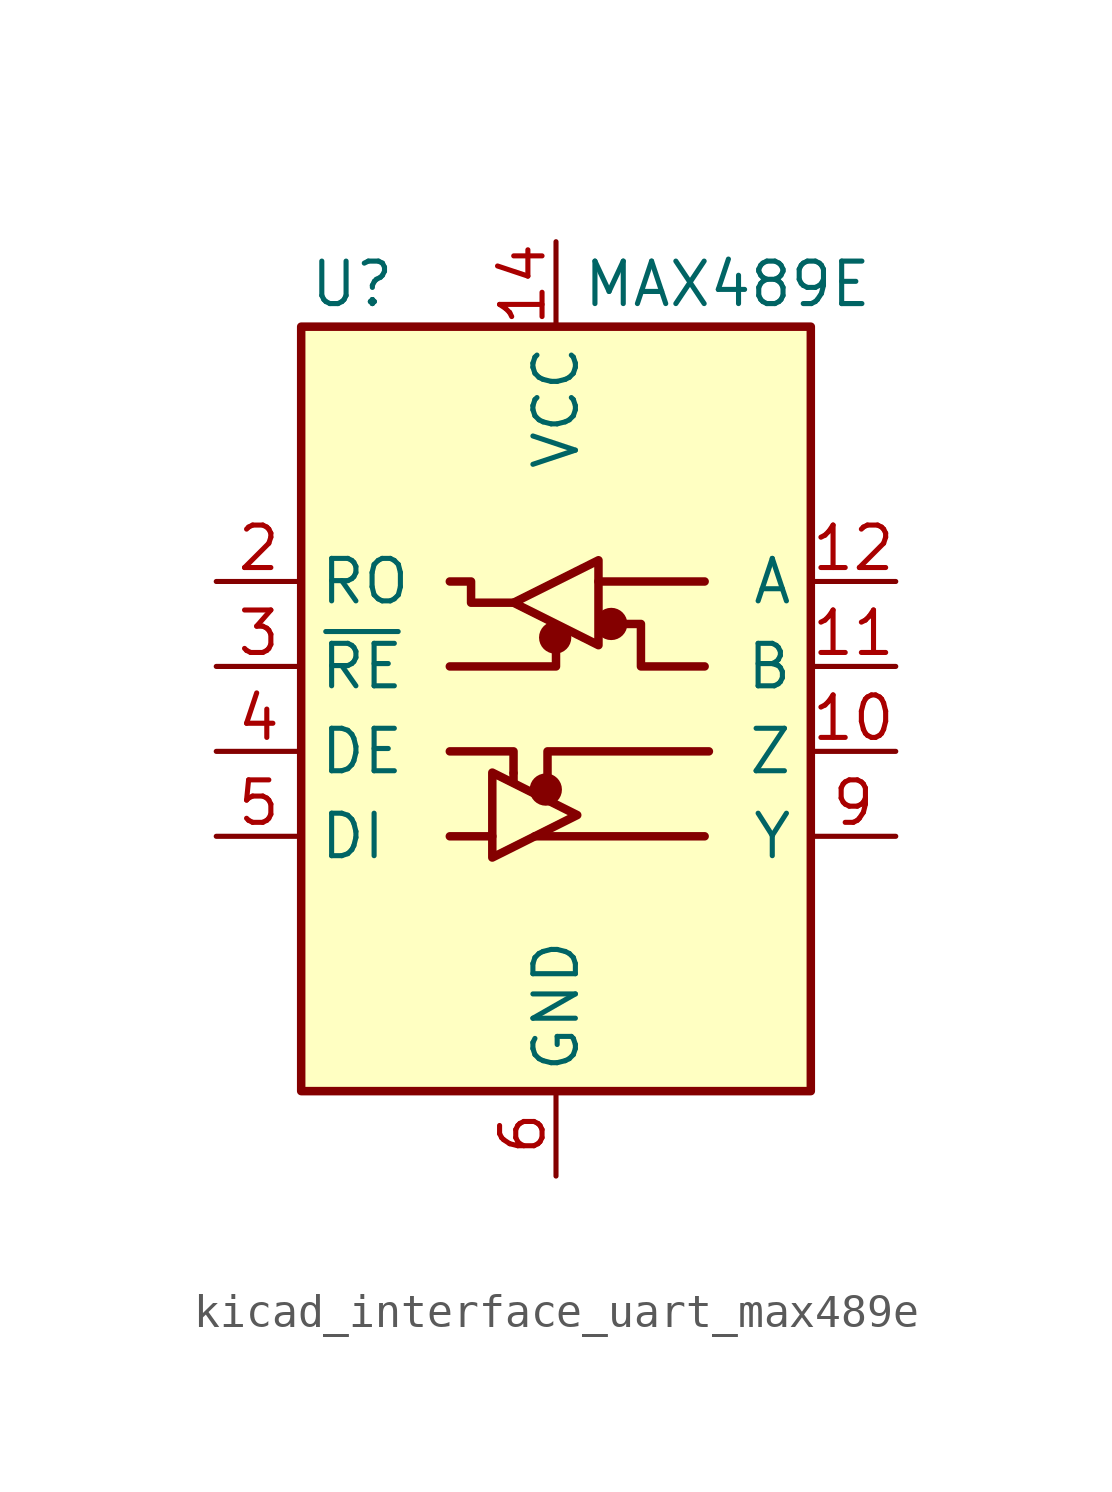
<source format=kicad_sym>
(kicad_symbol_lib
  (version 20220914)
  (generator kicad_symbol_editor)
  (symbol "kicad_interface_uart_max489e"
    (property "Reference" "U"
      (at -6.096 11.43 0)
      (effects (font (size 1.27 1.27))))
    (property "Value" "MAX489E"
      (at 0.762 11.43 0)
      (effects (font (size 1.27 1.27)) (justify left)))
    (symbol "kicad_interface_uart_max489e_0_1"
      (rectangle (start -7.62 10.16) (end 7.62 -12.7) (stroke (width 0.254) (type default)) (fill (type background)))
      (circle (center -0.305 -3.683) (radius 0.356) (stroke (width 0.254) (type default)) (fill (type outline)))
      (circle (center -0.025 0.864) (radius 0.356) (stroke (width 0.254) (type default)) (fill (type outline)))
      (polyline (pts (xy -3.175 -5.08) (xy -1.905 -5.08)) (stroke (width 0.254) (type default)) (fill (type none)))
      (polyline (pts (xy -1.27 -3.2) (xy -1.27 -3.454)) (stroke (width 0.254) (type default)) (fill (type none)))
      (polyline (pts (xy -0.635 -5.08) (xy 4.445 -5.08)) (stroke (width 0.254) (type default)) (fill (type none)))
      (polyline (pts (xy 1.27 2.54) (xy 4.445 2.54)) (stroke (width 0.254) (type default)) (fill (type none)))
      (polyline (pts (xy -3.175 -2.54) (xy -1.27 -2.54) (xy -1.27 -3.175)) (stroke (width 0.254) (type default)) (fill (type none)))
      (polyline (pts (xy -0.254 -3.556) (xy -0.254 -2.54) (xy 4.572 -2.54)) (stroke (width 0.254) (type default)) (fill (type none)))
      (polyline (pts (xy 0 0.635) (xy 0 0) (xy -3.175 0)) (stroke (width 0.254) (type default)) (fill (type none)))
      (polyline (pts (xy -1.905 -3.175) (xy -1.905 -5.715) (xy 0.635 -4.445) (xy -1.905 -3.175)) (stroke (width 0.254) (type default)) (fill (type none)))
      (polyline (pts (xy -1.27 1.905) (xy -2.54 1.905) (xy -2.54 2.54) (xy -3.175 2.54)) (stroke (width 0.254) (type default)) (fill (type none)))
      (polyline (pts (xy -1.27 1.905) (xy 1.27 3.175) (xy 1.27 0.635) (xy -1.27 1.905)) (stroke (width 0.254) (type default)) (fill (type none)))
      (polyline (pts (xy 1.905 1.27) (xy 2.54 1.27) (xy 2.54 0) (xy 4.445 0)) (stroke (width 0.254) (type default)) (fill (type none)))
      (circle (center 1.651 1.27) (radius 0.356) (stroke (width 0.254) (type default)) (fill (type outline))))
    (symbol "kicad_interface_uart_max489e_1_1"
      (pin no_connect line (at -7.62 7.62 0) (length 2.54) hide (name "NC" (effects (font (size 1.27 1.27)))) (number "1" (effects (font (size 1.27 1.27)))))
      (pin output line (at 10.16 -2.54 180) (length 2.54) (name "Z" (effects (font (size 1.27 1.27)))) (number "10" (effects (font (size 1.27 1.27)))))
      (pin input line (at 10.16 0 180) (length 2.54) (name "B" (effects (font (size 1.27 1.27)))) (number "11" (effects (font (size 1.27 1.27)))))
      (pin input line (at 10.16 2.54 180) (length 2.54) (name "A" (effects (font (size 1.27 1.27)))) (number "12" (effects (font (size 1.27 1.27)))))
      (pin no_connect line (at 7.62 7.62 180) (length 2.54) hide (name "NC" (effects (font (size 1.27 1.27)))) (number "13" (effects (font (size 1.27 1.27)))))
      (pin power_in line (at 0 12.7 270) (length 2.54) (name "VCC" (effects (font (size 1.27 1.27)))) (number "14" (effects (font (size 1.27 1.27)))))
      (pin output line (at -10.16 2.54 0) (length 2.54) (name "RO" (effects (font (size 1.27 1.27)))) (number "2" (effects (font (size 1.27 1.27)))))
      (pin input line (at -10.16 0 0) (length 2.54) (name "~{RE}" (effects (font (size 1.27 1.27)))) (number "3" (effects (font (size 1.27 1.27)))))
      (pin input line (at -10.16 -2.54 0) (length 2.54) (name "DE" (effects (font (size 1.27 1.27)))) (number "4" (effects (font (size 1.27 1.27)))))
      (pin input line (at -10.16 -5.08 0) (length 2.54) (name "DI" (effects (font (size 1.27 1.27)))) (number "5" (effects (font (size 1.27 1.27)))))
      (pin power_in line (at 0 -15.24 90) (length 2.54) (name "GND" (effects (font (size 1.27 1.27)))) (number "6" (effects (font (size 1.27 1.27)))))
      (pin passive line (at 0 -15.24 90) (length 2.54) hide (name "GND" (effects (font (size 1.27 1.27)))) (number "7" (effects (font (size 1.27 1.27)))))
      (pin no_connect line (at 7.62 -10.16 180) (length 2.54) hide (name "NC" (effects (font (size 1.27 1.27)))) (number "8" (effects (font (size 1.27 1.27)))))
      (pin output line (at 10.16 -5.08 180) (length 2.54) (name "Y" (effects (font (size 1.27 1.27)))) (number "9" (effects (font (size 1.27 1.27))))))))
</source>
